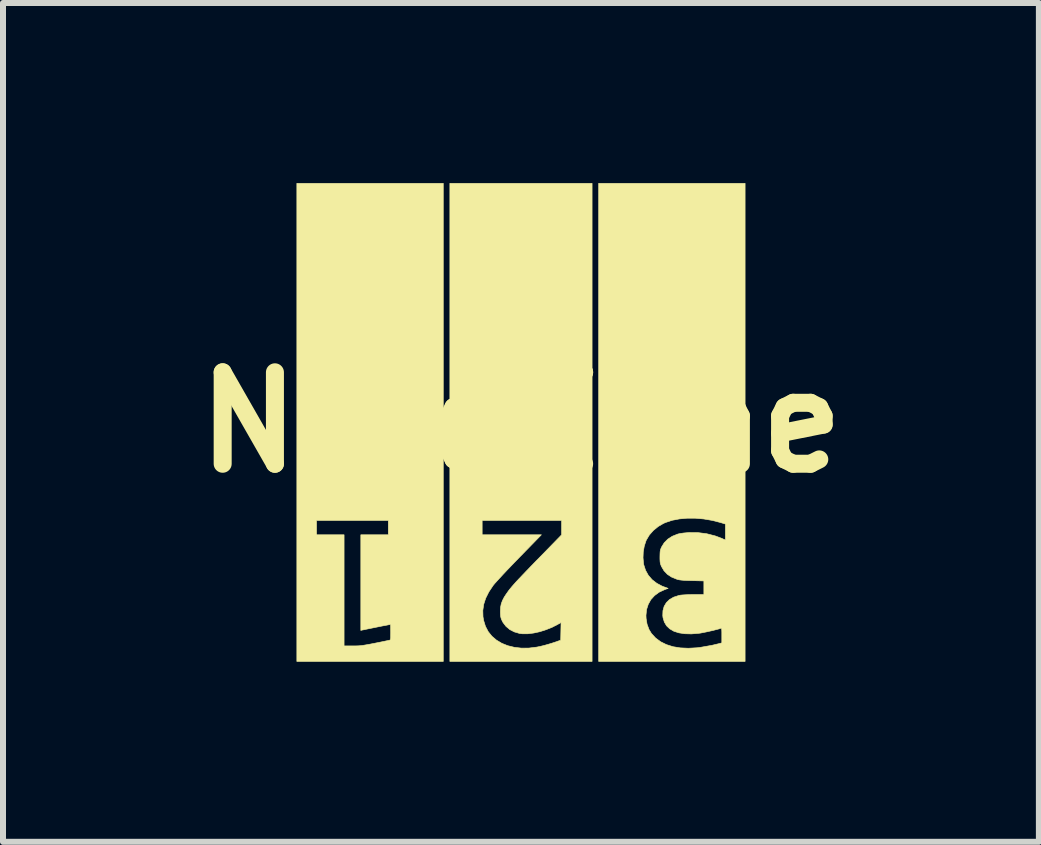
<source format=kicad_pcb>
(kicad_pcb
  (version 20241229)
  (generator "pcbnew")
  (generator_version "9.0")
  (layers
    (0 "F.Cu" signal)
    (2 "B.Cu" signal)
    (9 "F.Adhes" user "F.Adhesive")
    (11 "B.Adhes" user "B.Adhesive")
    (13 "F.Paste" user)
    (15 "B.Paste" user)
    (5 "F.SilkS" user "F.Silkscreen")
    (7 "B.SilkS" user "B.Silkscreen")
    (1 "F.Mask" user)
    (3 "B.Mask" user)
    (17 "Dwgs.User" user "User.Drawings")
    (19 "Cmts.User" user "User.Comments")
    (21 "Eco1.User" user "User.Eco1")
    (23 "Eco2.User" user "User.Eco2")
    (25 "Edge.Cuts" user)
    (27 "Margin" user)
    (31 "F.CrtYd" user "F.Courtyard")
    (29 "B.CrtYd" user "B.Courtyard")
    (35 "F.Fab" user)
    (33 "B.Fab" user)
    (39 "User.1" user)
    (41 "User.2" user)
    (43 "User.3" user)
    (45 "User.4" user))
  (footprint "NoteZone"
    (layer "F.Cu")
    (at 5.632 3.989)
    (property "Reference" "NoteZone" (at 0 0 0) (layer "F.SilkS") (effects (font (size 1.524 1.524) (thickness 0.3))))
    (attr through_hole)
    (fp_poly (pts (xy -1.295 3.984) (xy -3.735 3.984) (xy -3.735 1.634) (xy -3.407 1.634) (xy -3.407 1.873) (xy -2.948 1.873) (xy -2.948 3.725) (xy -2.806 3.725) (xy -2.757 3.725) (xy -2.714 3.724) (xy -2.674 3.721) (xy -2.633 3.716) (xy -2.585 3.708) (xy -2.527 3.698) (xy -2.455 3.684) (xy -2.44 3.681) (xy -2.374 3.668) (xy -2.315 3.656) (xy -2.263 3.645) (xy -2.224 3.637) (xy -2.2 3.632) (xy -2.194 3.631) (xy -2.185 3.628) (xy -2.178 3.622) (xy -2.175 3.609) (xy -2.172 3.587) (xy -2.172 3.552) (xy -2.171 3.5) (xy -2.171 3.496) (xy -2.172 3.448) (xy -2.172 3.408) (xy -2.173 3.38) (xy -2.174 3.367) (xy -2.175 3.367) (xy -2.185 3.369) (xy -2.212 3.374) (xy -2.251 3.382) (xy -2.301 3.391) (xy -2.356 3.402) (xy -2.415 3.414) (xy -2.474 3.426) (xy -2.529 3.437) (xy -2.577 3.447) (xy -2.615 3.455) (xy -2.64 3.46) (xy -2.647 3.461) (xy -2.669 3.467) (xy -2.669 1.873) (xy -2.211 1.873) (xy -2.211 1.634) (xy -3.407 1.634) (xy -3.735 1.634) (xy -3.735 -3.984) (xy -1.295 -3.984) (xy -1.295 3.984)) (stroke (width 0.01) (type solid)) (fill yes) (layer "F.SilkS"))
    (fp_poly (pts (xy 1.185 3.984) (xy -1.185 3.984) (xy -1.185 1.634) (xy -0.647 1.634) (xy -0.647 1.873) (xy 0.34 1.873) (xy -0.031 2.254) (xy -0.104 2.329) (xy -0.175 2.403) (xy -0.242 2.473) (xy -0.303 2.538) (xy -0.357 2.597) (xy -0.402 2.646) (xy -0.438 2.686) (xy -0.461 2.714) (xy -0.465 2.719) (xy -0.536 2.826) (xy -0.588 2.93) (xy -0.621 3.032) (xy -0.636 3.135) (xy -0.633 3.239) (xy -0.622 3.302) (xy -0.592 3.399) (xy -0.546 3.487) (xy -0.485 3.563) (xy -0.409 3.628) (xy -0.321 3.681) (xy -0.222 3.721) (xy -0.112 3.748) (xy 0.007 3.762) (xy 0.133 3.761) (xy 0.263 3.745) (xy 0.318 3.734) (xy 0.384 3.718) (xy 0.452 3.699) (xy 0.515 3.68) (xy 0.521 3.678) (xy 0.662 3.63) (xy 0.665 3.483) (xy 0.668 3.335) (xy 0.615 3.365) (xy 0.518 3.415) (xy 0.415 3.456) (xy 0.311 3.489) (xy 0.208 3.511) (xy 0.112 3.523) (xy 0.024 3.523) (xy -0.024 3.517) (xy -0.11 3.492) (xy -0.186 3.453) (xy -0.25 3.399) (xy -0.299 3.335) (xy -0.315 3.304) (xy -0.329 3.272) (xy -0.337 3.243) (xy -0.341 3.212) (xy -0.343 3.17) (xy -0.343 3.148) (xy -0.34 3.082) (xy -0.329 3.025) (xy -0.309 2.97) (xy -0.279 2.912) (xy -0.249 2.866) (xy -0.228 2.836) (xy -0.206 2.805) (xy -0.181 2.773) (xy -0.152 2.738) (xy -0.118 2.699) (xy -0.078 2.654) (xy -0.03 2.603) (xy 0.027 2.543) (xy 0.094 2.473) (xy 0.171 2.393) (xy 0.261 2.3) (xy 0.306 2.255) (xy 0.677 1.874) (xy 0.677 1.634) (xy -0.647 1.634) (xy -1.185 1.634) (xy -1.185 -3.984) (xy 1.185 -3.984) (xy 1.185 3.984)) (stroke (width 0.01) (type solid)) (fill yes) (layer "F.SilkS"))
    (fp_poly (pts (xy 3.735 3.984) (xy 1.295 3.984) (xy 1.295 2.255) (xy 2.034 2.255) (xy 2.042 2.349) (xy 2.046 2.372) (xy 2.076 2.465) (xy 2.122 2.548) (xy 2.185 2.621) (xy 2.262 2.681) (xy 2.352 2.729) (xy 2.384 2.741) (xy 2.452 2.766) (xy 2.392 2.788) (xy 2.302 2.83) (xy 2.226 2.886) (xy 2.165 2.953) (xy 2.121 3.032) (xy 2.093 3.119) (xy 2.083 3.216) (xy 2.085 3.265) (xy 2.101 3.363) (xy 2.133 3.45) (xy 2.174 3.518) (xy 2.243 3.593) (xy 2.326 3.655) (xy 2.423 3.703) (xy 2.533 3.738) (xy 2.655 3.758) (xy 2.79 3.764) (xy 2.936 3.756) (xy 2.985 3.75) (xy 3.183 3.715) (xy 3.309 3.685) (xy 3.347 3.675) (xy 3.347 3.55) (xy 3.347 3.498) (xy 3.346 3.463) (xy 3.344 3.442) (xy 3.34 3.432) (xy 3.334 3.43) (xy 3.329 3.431) (xy 3.302 3.441) (xy 3.259 3.452) (xy 3.206 3.466) (xy 3.148 3.479) (xy 3.089 3.492) (xy 3.034 3.503) (xy 2.987 3.512) (xy 2.963 3.515) (xy 2.839 3.525) (xy 2.728 3.522) (xy 2.63 3.507) (xy 2.547 3.48) (xy 2.479 3.44) (xy 2.426 3.39) (xy 2.389 3.327) (xy 2.367 3.254) (xy 2.363 3.219) (xy 2.366 3.138) (xy 2.386 3.066) (xy 2.423 3.004) (xy 2.476 2.952) (xy 2.544 2.913) (xy 2.626 2.886) (xy 2.66 2.879) (xy 2.692 2.876) (xy 2.74 2.873) (xy 2.797 2.87) (xy 2.858 2.869) (xy 2.886 2.869) (xy 3.048 2.869) (xy 3.048 2.642) (xy 2.851 2.637) (xy 2.778 2.635) (xy 2.722 2.633) (xy 2.678 2.629) (xy 2.644 2.625) (xy 2.616 2.619) (xy 2.593 2.612) (xy 2.508 2.577) (xy 2.439 2.531) (xy 2.384 2.473) (xy 2.342 2.402) (xy 2.33 2.373) (xy 2.322 2.347) (xy 2.318 2.318) (xy 2.316 2.278) (xy 2.316 2.241) (xy 2.317 2.192) (xy 2.319 2.156) (xy 2.324 2.127) (xy 2.333 2.1) (xy 2.345 2.074) (xy 2.388 2.005) (xy 2.447 1.946) (xy 2.521 1.898) (xy 2.608 1.863) (xy 2.625 1.858) (xy 2.66 1.851) (xy 2.708 1.844) (xy 2.762 1.839) (xy 2.799 1.836) (xy 2.95 1.837) (xy 3.097 1.856) (xy 3.237 1.892) (xy 3.328 1.926) (xy 3.407 1.96) (xy 3.407 1.694) (xy 3.322 1.668) (xy 3.184 1.633) (xy 3.043 1.609) (xy 2.904 1.597) (xy 2.768 1.597) (xy 2.638 1.609) (xy 2.518 1.632) (xy 2.411 1.668) (xy 2.376 1.683) (xy 2.285 1.736) (xy 2.205 1.802) (xy 2.139 1.877) (xy 2.089 1.961) (xy 2.083 1.975) (xy 2.055 2.061) (xy 2.038 2.156) (xy 2.034 2.255) (xy 1.295 2.255) (xy 1.295 -3.984) (xy 3.735 -3.984) (xy 3.735 3.984)) (stroke (width 0.01) (type solid)) (fill yes) (layer "F.SilkS")))
  (gr_rect
    (start -3 -3)
    (end 14.263 10.979)
    (stroke (width 0.1) (type default))
    (fill no)
    (layer "Edge.Cuts")))
</source>
